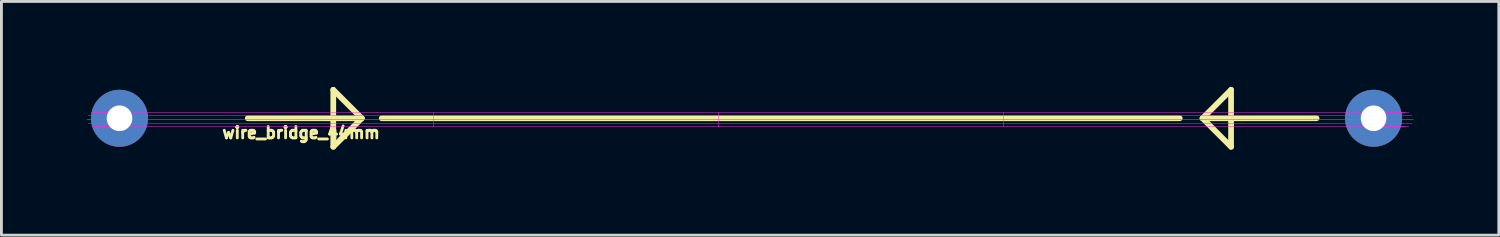
<source format=kicad_pcb>
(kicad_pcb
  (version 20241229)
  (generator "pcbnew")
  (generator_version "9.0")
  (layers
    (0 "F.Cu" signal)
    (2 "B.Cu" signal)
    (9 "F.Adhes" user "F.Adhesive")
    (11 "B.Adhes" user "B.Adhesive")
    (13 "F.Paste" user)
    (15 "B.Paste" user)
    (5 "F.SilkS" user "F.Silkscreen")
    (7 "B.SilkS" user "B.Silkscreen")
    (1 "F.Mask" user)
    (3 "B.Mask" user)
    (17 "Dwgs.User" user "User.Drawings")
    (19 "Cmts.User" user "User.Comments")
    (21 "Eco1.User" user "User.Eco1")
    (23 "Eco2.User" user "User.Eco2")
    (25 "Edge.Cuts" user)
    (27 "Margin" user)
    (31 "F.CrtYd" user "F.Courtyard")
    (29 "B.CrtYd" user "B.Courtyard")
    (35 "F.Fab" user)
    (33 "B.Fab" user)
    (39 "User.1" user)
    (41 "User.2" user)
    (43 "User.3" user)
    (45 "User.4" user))
  (footprint "wire_bridge_44mm"
    (layer "F.Cu")
    (at 1.143 1.1)
    (property "Reference" "wire_bridge_44mm" (at 6.37 0.508 0) (layer "F.SilkS") (effects (font (size 0.4 0.4) (thickness 0.1))))
    (attr through_hole)
    (fp_line (start 4.5 0) (end 8.5 0) (stroke (width 0.2) (type solid)) (layer "F.SilkS"))
    (fp_line (start 7.5 1) (end 8.5 0) (stroke (width 0.2) (type solid)) (layer "F.SilkS"))
    (fp_line (start 7.5 -1) (end 7.5 1) (stroke (width 0.2) (type solid)) (layer "F.SilkS"))
    (fp_line (start 8.5 0) (end 7.5 -1) (stroke (width 0.2) (type solid)) (layer "F.SilkS"))
    (fp_line (start 9.2 0) (end 37.2 0) (stroke (width 0.2) (type solid)) (layer "F.SilkS"))
    (fp_line (start 38 0.000001) (end 39 1) (stroke (width 0.2) (type solid)) (layer "F.SilkS"))
    (fp_line (start 39 -1) (end 38 0.000001) (stroke (width 0.2) (type solid)) (layer "F.SilkS"))
    (fp_line (start 39 1) (end 39 -1) (stroke (width 0.2) (type solid)) (layer "F.SilkS"))
    (fp_line (start 42 0) (end 38 0.000001) (stroke (width 0.2) (type solid)) (layer "F.SilkS"))
    (fp_line (start -1.138 0.038) (end -1.138 0.038) (stroke (width 0.01) (type solid)) (layer "F.CrtYd"))
    (fp_line (start -1.138 0.038) (end -0.031 0.038) (stroke (width 0.01) (type solid)) (layer "F.CrtYd"))
    (fp_line (start -1.096 -0.109) (end -1.095 -0.109) (stroke (width 0.01) (type solid)) (layer "F.CrtYd"))
    (fp_line (start -1.095 0.185) (end -1.095 0.185) (stroke (width 0.01) (type solid)) (layer "F.CrtYd"))
    (fp_line (start -1.095 -0.109) (end 0.017 -0.109) (stroke (width 0.01) (type solid)) (layer "F.CrtYd"))
    (fp_line (start -1.095 0.185) (end 0.018 0.185) (stroke (width 0.01) (type solid)) (layer "F.CrtYd"))
    (fp_line (start -0.986 -0.199) (end 0.143 -0.199) (stroke (width 0.01) (type solid)) (layer "F.CrtYd"))
    (fp_line (start -0.986 -0.199) (end -0.986 -0.199) (stroke (width 0.01) (type solid)) (layer "F.CrtYd"))
    (fp_line (start -0.984 0.276) (end 0.145 0.276) (stroke (width 0.01) (type solid)) (layer "F.CrtYd"))
    (fp_line (start -0.984 0.276) (end -0.984 0.276) (stroke (width 0.01) (type solid)) (layer "F.CrtYd"))
    (fp_line (start -0.849 -0.2) (end 0.3 -0.2) (stroke (width 0.01) (type solid)) (layer "F.CrtYd"))
    (fp_line (start -0.849 -0.2) (end -0.849 -0.2) (stroke (width 0.01) (type solid)) (layer "F.CrtYd"))
    (fp_line (start -0.847 0.276) (end 0.302 0.276) (stroke (width 0.01) (type solid)) (layer "F.CrtYd"))
    (fp_line (start -0.847 0.276) (end -0.847 0.276) (stroke (width 0.01) (type solid)) (layer "F.CrtYd"))
    (fp_line (start -0.738 -0.109) (end -0.737 -0.109) (stroke (width 0.01) (type solid)) (layer "F.CrtYd"))
    (fp_line (start -0.737 -0.109) (end 0.428 -0.109) (stroke (width 0.01) (type solid)) (layer "F.CrtYd"))
    (fp_line (start -0.737 0.185) (end -0.737 0.185) (stroke (width 0.01) (type solid)) (layer "F.CrtYd"))
    (fp_line (start -0.737 0.185) (end 0.428 0.185) (stroke (width 0.01) (type solid)) (layer "F.CrtYd"))
    (fp_line (start -0.695 0.038) (end -0.695 0.038) (stroke (width 0.01) (type solid)) (layer "F.CrtYd"))
    (fp_line (start -0.695 0.038) (end 0.476 0.038) (stroke (width 0.01) (type solid)) (layer "F.CrtYd"))
    (fp_line (start -0.233 0.038) (end -0.233 0.038) (stroke (width 0.01) (type solid)) (layer "F.CrtYd"))
    (fp_line (start -0.185 -0.109) (end -0.185 -0.109) (stroke (width 0.01) (type solid)) (layer "F.CrtYd"))
    (fp_line (start -0.185 0.185) (end -0.185 0.185) (stroke (width 0.01) (type solid)) (layer "F.CrtYd"))
    (fp_line (start -0.159 0.038) (end -0.159 0.028) (stroke (width 0.01) (type solid)) (layer "F.CrtYd"))
    (fp_line (start -0.159 0.048) (end -0.159 0.038) (stroke (width 0.01) (type solid)) (layer "F.CrtYd"))
    (fp_line (start -0.159 0.028) (end -0.159 0.018) (stroke (width 0.01) (type solid)) (layer "F.CrtYd"))
    (fp_line (start -0.159 0.058) (end -0.159 0.048) (stroke (width 0.01) (type solid)) (layer "F.CrtYd"))
    (fp_line (start -0.159 0.018) (end -0.158 0.009) (stroke (width 0.01) (type solid)) (layer "F.CrtYd"))
    (fp_line (start -0.158 0.067) (end -0.159 0.058) (stroke (width 0.01) (type solid)) (layer "F.CrtYd"))
    (fp_line (start -0.158 0.009) (end -0.157 -0.001) (stroke (width 0.01) (type solid)) (layer "F.CrtYd"))
    (fp_line (start -0.157 0.077) (end -0.158 0.067) (stroke (width 0.01) (type solid)) (layer "F.CrtYd"))
    (fp_line (start -0.157 -0.001) (end -0.156 -0.011) (stroke (width 0.01) (type solid)) (layer "F.CrtYd"))
    (fp_line (start -0.156 0.087) (end -0.157 0.077) (stroke (width 0.01) (type solid)) (layer "F.CrtYd"))
    (fp_line (start -0.156 -0.011) (end -0.154 -0.02) (stroke (width 0.01) (type solid)) (layer "F.CrtYd"))
    (fp_line (start -0.154 0.097) (end -0.156 0.087) (stroke (width 0.01) (type solid)) (layer "F.CrtYd"))
    (fp_line (start -0.154 -0.02) (end -0.153 -0.03) (stroke (width 0.01) (type solid)) (layer "F.CrtYd"))
    (fp_line (start -0.153 0.106) (end -0.154 0.097) (stroke (width 0.01) (type solid)) (layer "F.CrtYd"))
    (fp_line (start -0.153 -0.03) (end -0.151 -0.039) (stroke (width 0.01) (type solid)) (layer "F.CrtYd"))
    (fp_line (start -0.151 0.115) (end -0.153 0.106) (stroke (width 0.01) (type solid)) (layer "F.CrtYd"))
    (fp_line (start -0.151 -0.039) (end -0.148 -0.048) (stroke (width 0.01) (type solid)) (layer "F.CrtYd"))
    (fp_line (start -0.148 0.125) (end -0.151 0.115) (stroke (width 0.01) (type solid)) (layer "F.CrtYd"))
    (fp_line (start -0.148 -0.048) (end -0.146 -0.058) (stroke (width 0.01) (type solid)) (layer "F.CrtYd"))
    (fp_line (start -0.146 0.134) (end -0.148 0.125) (stroke (width 0.01) (type solid)) (layer "F.CrtYd"))
    (fp_line (start -0.146 -0.058) (end -0.143 -0.067) (stroke (width 0.01) (type solid)) (layer "F.CrtYd"))
    (fp_line (start -0.143 0.143) (end -0.146 0.134) (stroke (width 0.01) (type solid)) (layer "F.CrtYd"))
    (fp_line (start -0.143 -0.067) (end -0.14 -0.075) (stroke (width 0.01) (type solid)) (layer "F.CrtYd"))
    (fp_line (start -0.14 0.152) (end -0.143 0.143) (stroke (width 0.01) (type solid)) (layer "F.CrtYd"))
    (fp_line (start -0.14 -0.075) (end -0.137 -0.084) (stroke (width 0.01) (type solid)) (layer "F.CrtYd"))
    (fp_line (start -0.137 -0.084) (end -0.133 -0.093) (stroke (width 0.01) (type solid)) (layer "F.CrtYd"))
    (fp_line (start -0.137 0.16) (end -0.14 0.152) (stroke (width 0.01) (type solid)) (layer "F.CrtYd"))
    (fp_line (start -0.133 -0.093) (end -0.13 -0.101) (stroke (width 0.01) (type solid)) (layer "F.CrtYd"))
    (fp_line (start -0.133 0.169) (end -0.137 0.16) (stroke (width 0.01) (type solid)) (layer "F.CrtYd"))
    (fp_line (start -0.13 -0.101) (end -0.126 -0.109) (stroke (width 0.01) (type solid)) (layer "F.CrtYd"))
    (fp_line (start -0.129 0.177) (end -0.133 0.169) (stroke (width 0.01) (type solid)) (layer "F.CrtYd"))
    (fp_line (start -0.126 -0.109) (end -0.121 -0.117) (stroke (width 0.01) (type solid)) (layer "F.CrtYd"))
    (fp_line (start -0.125 0.185) (end -0.129 0.177) (stroke (width 0.01) (type solid)) (layer "F.CrtYd"))
    (fp_line (start -0.123 0.189) (end -0.125 0.185) (stroke (width 0.01) (type solid)) (layer "F.CrtYd"))
    (fp_line (start -0.121 -0.117) (end -0.119 -0.12) (stroke (width 0.01) (type solid)) (layer "F.CrtYd"))
    (fp_line (start -0.121 0.193) (end -0.123 0.189) (stroke (width 0.01) (type solid)) (layer "F.CrtYd"))
    (fp_line (start -0.119 -0.12) (end -0.117 -0.124) (stroke (width 0.01) (type solid)) (layer "F.CrtYd"))
    (fp_line (start -0.119 0.197) (end -0.121 0.193) (stroke (width 0.01) (type solid)) (layer "F.CrtYd"))
    (fp_line (start -0.117 -0.124) (end -0.115 -0.128) (stroke (width 0.01) (type solid)) (layer "F.CrtYd"))
    (fp_line (start -0.117 0.201) (end -0.119 0.197) (stroke (width 0.01) (type solid)) (layer "F.CrtYd"))
    (fp_line (start -0.115 -0.128) (end -0.112 -0.131) (stroke (width 0.01) (type solid)) (layer "F.CrtYd"))
    (fp_line (start -0.114 0.204) (end -0.117 0.201) (stroke (width 0.01) (type solid)) (layer "F.CrtYd"))
    (fp_line (start -0.112 -0.131) (end -0.11 -0.135) (stroke (width 0.01) (type solid)) (layer "F.CrtYd"))
    (fp_line (start -0.112 0.208) (end -0.114 0.204) (stroke (width 0.01) (type solid)) (layer "F.CrtYd"))
    (fp_line (start -0.11 -0.135) (end -0.108 -0.138) (stroke (width 0.01) (type solid)) (layer "F.CrtYd"))
    (fp_line (start -0.11 0.212) (end -0.112 0.208) (stroke (width 0.01) (type solid)) (layer "F.CrtYd"))
    (fp_line (start -0.108 -0.138) (end -0.105 -0.142) (stroke (width 0.01) (type solid)) (layer "F.CrtYd"))
    (fp_line (start -0.107 0.215) (end -0.11 0.212) (stroke (width 0.01) (type solid)) (layer "F.CrtYd"))
    (fp_line (start -0.105 -0.142) (end -0.103 -0.145) (stroke (width 0.01) (type solid)) (layer "F.CrtYd"))
    (fp_line (start -0.105 0.219) (end -0.107 0.215) (stroke (width 0.01) (type solid)) (layer "F.CrtYd"))
    (fp_line (start -0.103 -0.145) (end -0.1 -0.148) (stroke (width 0.01) (type solid)) (layer "F.CrtYd"))
    (fp_line (start -0.102 0.222) (end -0.105 0.219) (stroke (width 0.01) (type solid)) (layer "F.CrtYd"))
    (fp_line (start -0.1 -0.148) (end -0.098 -0.152) (stroke (width 0.01) (type solid)) (layer "F.CrtYd"))
    (fp_line (start -0.1 0.225) (end -0.102 0.222) (stroke (width 0.01) (type solid)) (layer "F.CrtYd"))
    (fp_line (start -0.098 -0.152) (end -0.095 -0.155) (stroke (width 0.01) (type solid)) (layer "F.CrtYd"))
    (fp_line (start -0.097 0.228) (end -0.1 0.225) (stroke (width 0.01) (type solid)) (layer "F.CrtYd"))
    (fp_line (start -0.095 -0.155) (end -0.092 -0.158) (stroke (width 0.01) (type solid)) (layer "F.CrtYd"))
    (fp_line (start -0.094 0.232) (end -0.097 0.228) (stroke (width 0.01) (type solid)) (layer "F.CrtYd"))
    (fp_line (start -0.092 -0.158) (end -0.09 -0.161) (stroke (width 0.01) (type solid)) (layer "F.CrtYd"))
    (fp_line (start -0.092 0.235) (end -0.094 0.232) (stroke (width 0.01) (type solid)) (layer "F.CrtYd"))
    (fp_line (start -0.09 -0.161) (end -0.087 -0.164) (stroke (width 0.01) (type solid)) (layer "F.CrtYd"))
    (fp_line (start -0.089 0.238) (end -0.092 0.235) (stroke (width 0.01) (type solid)) (layer "F.CrtYd"))
    (fp_line (start -0.087 -0.164) (end -0.084 -0.167) (stroke (width 0.01) (type solid)) (layer "F.CrtYd"))
    (fp_line (start -0.086 0.241) (end -0.089 0.238) (stroke (width 0.01) (type solid)) (layer "F.CrtYd"))
    (fp_line (start -0.084 -0.167) (end -0.081 -0.169) (stroke (width 0.01) (type solid)) (layer "F.CrtYd"))
    (fp_line (start -0.083 0.244) (end -0.086 0.241) (stroke (width 0.01) (type solid)) (layer "F.CrtYd"))
    (fp_line (start -0.081 -0.169) (end -0.078 -0.172) (stroke (width 0.01) (type solid)) (layer "F.CrtYd"))
    (fp_line (start -0.08 0.246) (end -0.083 0.244) (stroke (width 0.01) (type solid)) (layer "F.CrtYd"))
    (fp_line (start -0.078 -0.172) (end -0.075 -0.175) (stroke (width 0.01) (type solid)) (layer "F.CrtYd"))
    (fp_line (start -0.077 0.249) (end -0.08 0.246) (stroke (width 0.01) (type solid)) (layer "F.CrtYd"))
    (fp_line (start -0.075 -0.175) (end -0.072 -0.177) (stroke (width 0.01) (type solid)) (layer "F.CrtYd"))
    (fp_line (start -0.074 0.252) (end -0.077 0.249) (stroke (width 0.01) (type solid)) (layer "F.CrtYd"))
    (fp_line (start -0.072 -0.177) (end -0.069 -0.18) (stroke (width 0.01) (type solid)) (layer "F.CrtYd"))
    (fp_line (start -0.071 0.254) (end -0.074 0.252) (stroke (width 0.01) (type solid)) (layer "F.CrtYd"))
    (fp_line (start -0.069 -0.18) (end -0.066 -0.182) (stroke (width 0.01) (type solid)) (layer "F.CrtYd"))
    (fp_line (start -0.068 0.257) (end -0.071 0.254) (stroke (width 0.01) (type solid)) (layer "F.CrtYd"))
    (fp_line (start -0.066 -0.182) (end -0.063 -0.184) (stroke (width 0.01) (type solid)) (layer "F.CrtYd"))
    (fp_line (start -0.065 0.259) (end -0.068 0.257) (stroke (width 0.01) (type solid)) (layer "F.CrtYd"))
    (fp_line (start -0.063 -0.184) (end -0.06 -0.186) (stroke (width 0.01) (type solid)) (layer "F.CrtYd"))
    (fp_line (start -0.062 0.261) (end -0.065 0.259) (stroke (width 0.01) (type solid)) (layer "F.CrtYd"))
    (fp_line (start -0.061 -0.199) (end -0.061 -0.199) (stroke (width 0.01) (type solid)) (layer "F.CrtYd"))
    (fp_line (start -0.06 -0.186) (end -0.057 -0.189) (stroke (width 0.01) (type solid)) (layer "F.CrtYd"))
    (fp_line (start -0.059 0.263) (end -0.062 0.261) (stroke (width 0.01) (type solid)) (layer "F.CrtYd"))
    (fp_line (start -0.059 0.276) (end -0.059 0.276) (stroke (width 0.01) (type solid)) (layer "F.CrtYd"))
    (fp_line (start -0.057 -0.189) (end -0.054 -0.191) (stroke (width 0.01) (type solid)) (layer "F.CrtYd"))
    (fp_line (start -0.056 0.266) (end -0.059 0.263) (stroke (width 0.01) (type solid)) (layer "F.CrtYd"))
    (fp_line (start -0.054 -0.191) (end -0.051 -0.192) (stroke (width 0.01) (type solid)) (layer "F.CrtYd"))
    (fp_line (start -0.053 0.268) (end -0.056 0.266) (stroke (width 0.01) (type solid)) (layer "F.CrtYd"))
    (fp_line (start -0.051 -0.192) (end -0.048 -0.194) (stroke (width 0.01) (type solid)) (layer "F.CrtYd"))
    (fp_line (start -0.049 0.269) (end -0.053 0.268) (stroke (width 0.01) (type solid)) (layer "F.CrtYd"))
    (fp_line (start -0.048 -0.194) (end -0.044 -0.196) (stroke (width 0.01) (type solid)) (layer "F.CrtYd"))
    (fp_line (start -0.046 0.271) (end -0.049 0.269) (stroke (width 0.01) (type solid)) (layer "F.CrtYd"))
    (fp_line (start -0.044 -0.196) (end -0.041 -0.198) (stroke (width 0.01) (type solid)) (layer "F.CrtYd"))
    (fp_line (start -0.043 0.273) (end -0.046 0.271) (stroke (width 0.01) (type solid)) (layer "F.CrtYd"))
    (fp_line (start -0.041 -0.198) (end -0.038 -0.199) (stroke (width 0.01) (type solid)) (layer "F.CrtYd"))
    (fp_line (start -0.04 0.275) (end -0.043 0.273) (stroke (width 0.01) (type solid)) (layer "F.CrtYd"))
    (fp_line (start -0.038 -0.199) (end -0.035 -0.201) (stroke (width 0.01) (type solid)) (layer "F.CrtYd"))
    (fp_line (start -0.036 0.276) (end -0.04 0.275) (stroke (width 0.01) (type solid)) (layer "F.CrtYd"))
    (fp_line (start -0.035 -0.201) (end -0.031 -0.202) (stroke (width 0.01) (type solid)) (layer "F.CrtYd"))
    (fp_line (start -0.033 0.278) (end -0.036 0.276) (stroke (width 0.01) (type solid)) (layer "F.CrtYd"))
    (fp_line (start -0.031 -0.202) (end -0.028 -0.203) (stroke (width 0.01) (type solid)) (layer "F.CrtYd"))
    (fp_line (start -0.031 0.038) (end -0.233 0.038) (stroke (width 0.01) (type solid)) (layer "F.CrtYd"))
    (fp_line (start -0.031 0.038) (end -0.031 0.038) (stroke (width 0.01) (type solid)) (layer "F.CrtYd"))
    (fp_line (start -0.03 0.279) (end -0.033 0.278) (stroke (width 0.01) (type solid)) (layer "F.CrtYd"))
    (fp_line (start -0.028 -0.203) (end -0.025 -0.205) (stroke (width 0.01) (type solid)) (layer "F.CrtYd"))
    (fp_line (start -0.026 0.28) (end -0.03 0.279) (stroke (width 0.01) (type solid)) (layer "F.CrtYd"))
    (fp_line (start -0.025 -0.205) (end -0.021 -0.206) (stroke (width 0.01) (type solid)) (layer "F.CrtYd"))
    (fp_line (start -0.023 0.281) (end -0.026 0.28) (stroke (width 0.01) (type solid)) (layer "F.CrtYd"))
    (fp_line (start -0.021 -0.206) (end -0.018 -0.207) (stroke (width 0.01) (type solid)) (layer "F.CrtYd"))
    (fp_line (start -0.02 0.283) (end -0.023 0.281) (stroke (width 0.01) (type solid)) (layer "F.CrtYd"))
    (fp_line (start -0.018 -0.207) (end -0.014 -0.208) (stroke (width 0.01) (type solid)) (layer "F.CrtYd"))
    (fp_line (start -0.016 0.283) (end -0.02 0.283) (stroke (width 0.01) (type solid)) (layer "F.CrtYd"))
    (fp_line (start -0.014 -0.208) (end -0.011 -0.209) (stroke (width 0.01) (type solid)) (layer "F.CrtYd"))
    (fp_line (start -0.013 0.284) (end -0.016 0.283) (stroke (width 0.01) (type solid)) (layer "F.CrtYd"))
    (fp_line (start -0.011 -0.209) (end -0.008 -0.209) (stroke (width 0.01) (type solid)) (layer "F.CrtYd"))
    (fp_line (start -0.009 0.285) (end -0.013 0.284) (stroke (width 0.01) (type solid)) (layer "F.CrtYd"))
    (fp_line (start -0.008 -0.209) (end -0.004 -0.21) (stroke (width 0.01) (type solid)) (layer "F.CrtYd"))
    (fp_line (start -0.006 0.286) (end -0.009 0.285) (stroke (width 0.01) (type solid)) (layer "F.CrtYd"))
    (fp_line (start -0.004 -0.21) (end -0.001 -0.21) (stroke (width 0.01) (type solid)) (layer "F.CrtYd"))
    (fp_line (start -0.002 0.286) (end -0.006 0.286) (stroke (width 0.01) (type solid)) (layer "F.CrtYd"))
    (fp_line (start -0.001 -0.21) (end 0.003 -0.211) (stroke (width 0.01) (type solid)) (layer "F.CrtYd"))
    (fp_line (start 0.001 0.287) (end -0.002 0.286) (stroke (width 0.01) (type solid)) (layer "F.CrtYd"))
    (fp_line (start 0.003 -0.211) (end 0.006 -0.211) (stroke (width 0.01) (type solid)) (layer "F.CrtYd"))
    (fp_line (start 0.004 0.287) (end 0.001 0.287) (stroke (width 0.01) (type solid)) (layer "F.CrtYd"))
    (fp_line (start 0.006 -0.211) (end 0.01 -0.212) (stroke (width 0.01) (type solid)) (layer "F.CrtYd"))
    (fp_line (start 0.008 0.288) (end 0.004 0.287) (stroke (width 0.01) (type solid)) (layer "F.CrtYd"))
    (fp_line (start 0.01 -0.212) (end 0.013 -0.212) (stroke (width 0.01) (type solid)) (layer "F.CrtYd"))
    (fp_line (start 0.011 0.288) (end 0.008 0.288) (stroke (width 0.01) (type solid)) (layer "F.CrtYd"))
    (fp_line (start 0.013 -0.212) (end 0.017 -0.212) (stroke (width 0.01) (type solid)) (layer "F.CrtYd"))
    (fp_line (start 0.015 0.288) (end 0.011 0.288) (stroke (width 0.01) (type solid)) (layer "F.CrtYd"))
    (fp_line (start 0.017 -0.212) (end 0.02 -0.212) (stroke (width 0.01) (type solid)) (layer "F.CrtYd"))
    (fp_line (start 0.017 -0.109) (end 0.017 -0.109) (stroke (width 0.01) (type solid)) (layer "F.CrtYd"))
    (fp_line (start 0.017 -0.109) (end -0.185 -0.109) (stroke (width 0.01) (type solid)) (layer "F.CrtYd"))
    (fp_line (start 0.018 0.185) (end 0.018 0.185) (stroke (width 0.01) (type solid)) (layer "F.CrtYd"))
    (fp_line (start 0.018 0.185) (end -0.185 0.185) (stroke (width 0.01) (type solid)) (layer "F.CrtYd"))
    (fp_line (start 0.018 0.288) (end 0.015 0.288) (stroke (width 0.01) (type solid)) (layer "F.CrtYd"))
    (fp_line (start 0.02 -0.212) (end 0.024 -0.212) (stroke (width 0.01) (type solid)) (layer "F.CrtYd"))
    (fp_line (start 0.022 0.288) (end 0.018 0.288) (stroke (width 0.01) (type solid)) (layer "F.CrtYd"))
    (fp_line (start 0.024 -0.212) (end 0.027 -0.211) (stroke (width 0.01) (type solid)) (layer "F.CrtYd"))
    (fp_line (start 0.025 0.288) (end 0.022 0.288) (stroke (width 0.01) (type solid)) (layer "F.CrtYd"))
    (fp_line (start 0.027 -0.211) (end 0.03 -0.211) (stroke (width 0.01) (type solid)) (layer "F.CrtYd"))
    (fp_line (start 0.029 0.287) (end 0.025 0.288) (stroke (width 0.01) (type solid)) (layer "F.CrtYd"))
    (fp_line (start 0.03 -0.211) (end 0.034 -0.211) (stroke (width 0.01) (type solid)) (layer "F.CrtYd"))
    (fp_line (start 0.032 0.287) (end 0.029 0.287) (stroke (width 0.01) (type solid)) (layer "F.CrtYd"))
    (fp_line (start 0.034 -0.211) (end 0.037 -0.21) (stroke (width 0.01) (type solid)) (layer "F.CrtYd"))
    (fp_line (start 0.036 0.287) (end 0.032 0.287) (stroke (width 0.01) (type solid)) (layer "F.CrtYd"))
    (fp_line (start 0.037 -0.21) (end 0.041 -0.21) (stroke (width 0.01) (type solid)) (layer "F.CrtYd"))
    (fp_line (start 0.039 0.286) (end 0.036 0.287) (stroke (width 0.01) (type solid)) (layer "F.CrtYd"))
    (fp_line (start 0.041 -0.21) (end 0.044 -0.209) (stroke (width 0.01) (type solid)) (layer "F.CrtYd"))
    (fp_line (start 0.043 0.285) (end 0.039 0.286) (stroke (width 0.01) (type solid)) (layer "F.CrtYd"))
    (fp_line (start 0.044 -0.209) (end 0.048 -0.208) (stroke (width 0.01) (type solid)) (layer "F.CrtYd"))
    (fp_line (start 0.046 0.285) (end 0.043 0.285) (stroke (width 0.01) (type solid)) (layer "F.CrtYd"))
    (fp_line (start 0.048 -0.208) (end 0.051 -0.207) (stroke (width 0.01) (type solid)) (layer "F.CrtYd"))
    (fp_line (start 0.049 0.284) (end 0.046 0.285) (stroke (width 0.01) (type solid)) (layer "F.CrtYd"))
    (fp_line (start 0.051 -0.207) (end 0.055 -0.206) (stroke (width 0.01) (type solid)) (layer "F.CrtYd"))
    (fp_line (start 0.053 0.283) (end 0.049 0.284) (stroke (width 0.01) (type solid)) (layer "F.CrtYd"))
    (fp_line (start 0.055 -0.206) (end 0.058 -0.205) (stroke (width 0.01) (type solid)) (layer "F.CrtYd"))
    (fp_line (start 0.056 0.282) (end 0.053 0.283) (stroke (width 0.01) (type solid)) (layer "F.CrtYd"))
    (fp_line (start 0.058 -0.205) (end 0.061 -0.204) (stroke (width 0.01) (type solid)) (layer "F.CrtYd"))
    (fp_line (start 0.06 0.281) (end 0.056 0.282) (stroke (width 0.01) (type solid)) (layer "F.CrtYd"))
    (fp_line (start 0.061 -0.204) (end 0.065 -0.203) (stroke (width 0.01) (type solid)) (layer "F.CrtYd"))
    (fp_line (start 0.063 0.28) (end 0.06 0.281) (stroke (width 0.01) (type solid)) (layer "F.CrtYd"))
    (fp_line (start 0.065 -0.203) (end 0.068 -0.201) (stroke (width 0.01) (type solid)) (layer "F.CrtYd"))
    (fp_line (start 0.066 0.278) (end 0.063 0.28) (stroke (width 0.01) (type solid)) (layer "F.CrtYd"))
    (fp_line (start 0.068 -0.201) (end 0.071 -0.2) (stroke (width 0.01) (type solid)) (layer "F.CrtYd"))
    (fp_line (start 0.07 0.277) (end 0.066 0.278) (stroke (width 0.01) (type solid)) (layer "F.CrtYd"))
    (fp_line (start 0.071 -0.2) (end 0.075 -0.198) (stroke (width 0.01) (type solid)) (layer "F.CrtYd"))
    (fp_line (start 0.073 0.276) (end 0.07 0.277) (stroke (width 0.01) (type solid)) (layer "F.CrtYd"))
    (fp_line (start 0.075 -0.198) (end 0.078 -0.197) (stroke (width 0.01) (type solid)) (layer "F.CrtYd"))
    (fp_line (start 0.076 0.274) (end 0.073 0.276) (stroke (width 0.01) (type solid)) (layer "F.CrtYd"))
    (fp_line (start 0.078 -0.197) (end 0.081 -0.195) (stroke (width 0.01) (type solid)) (layer "F.CrtYd"))
    (fp_line (start 0.079 0.272) (end 0.076 0.274) (stroke (width 0.01) (type solid)) (layer "F.CrtYd"))
    (fp_line (start 0.081 -0.195) (end 0.084 -0.193) (stroke (width 0.01) (type solid)) (layer "F.CrtYd"))
    (fp_line (start 0.083 0.271) (end 0.079 0.272) (stroke (width 0.01) (type solid)) (layer "F.CrtYd"))
    (fp_line (start 0.084 -0.193) (end 0.088 -0.191) (stroke (width 0.01) (type solid)) (layer "F.CrtYd"))
    (fp_line (start 0.086 0.269) (end 0.083 0.271) (stroke (width 0.01) (type solid)) (layer "F.CrtYd"))
    (fp_line (start 0.088 -0.191) (end 0.091 -0.189) (stroke (width 0.01) (type solid)) (layer "F.CrtYd"))
    (fp_line (start 0.089 0.267) (end 0.086 0.269) (stroke (width 0.01) (type solid)) (layer "F.CrtYd"))
    (fp_line (start 0.091 -0.189) (end 0.094 -0.187) (stroke (width 0.01) (type solid)) (layer "F.CrtYd"))
    (fp_line (start 0.092 0.265) (end 0.089 0.267) (stroke (width 0.01) (type solid)) (layer "F.CrtYd"))
    (fp_line (start 0.094 -0.187) (end 0.097 -0.185) (stroke (width 0.01) (type solid)) (layer "F.CrtYd"))
    (fp_line (start 0.095 0.263) (end 0.092 0.265) (stroke (width 0.01) (type solid)) (layer "F.CrtYd"))
    (fp_line (start 0.097 -0.185) (end 0.1 -0.183) (stroke (width 0.01) (type solid)) (layer "F.CrtYd"))
    (fp_line (start 0.098 0.26) (end 0.095 0.263) (stroke (width 0.01) (type solid)) (layer "F.CrtYd"))
    (fp_line (start 0.1 -0.183) (end 0.103 -0.18) (stroke (width 0.01) (type solid)) (layer "F.CrtYd"))
    (fp_line (start 0.101 0.258) (end 0.098 0.26) (stroke (width 0.01) (type solid)) (layer "F.CrtYd"))
    (fp_line (start 0.103 -0.18) (end 0.106 -0.178) (stroke (width 0.01) (type solid)) (layer "F.CrtYd"))
    (fp_line (start 0.104 0.256) (end 0.101 0.258) (stroke (width 0.01) (type solid)) (layer "F.CrtYd"))
    (fp_line (start 0.106 -0.178) (end 0.109 -0.175) (stroke (width 0.01) (type solid)) (layer "F.CrtYd"))
    (fp_line (start 0.107 0.253) (end 0.104 0.256) (stroke (width 0.01) (type solid)) (layer "F.CrtYd"))
    (fp_line (start 0.109 -0.175) (end 0.112 -0.173) (stroke (width 0.01) (type solid)) (layer "F.CrtYd"))
    (fp_line (start 0.11 0.251) (end 0.107 0.253) (stroke (width 0.01) (type solid)) (layer "F.CrtYd"))
    (fp_line (start 0.112 -0.173) (end 0.115 -0.17) (stroke (width 0.01) (type solid)) (layer "F.CrtYd"))
    (fp_line (start 0.113 0.248) (end 0.11 0.251) (stroke (width 0.01) (type solid)) (layer "F.CrtYd"))
    (fp_line (start 0.115 -0.17) (end 0.118 -0.167) (stroke (width 0.01) (type solid)) (layer "F.CrtYd"))
    (fp_line (start 0.116 0.246) (end 0.113 0.248) (stroke (width 0.01) (type solid)) (layer "F.CrtYd"))
    (fp_line (start 0.118 -0.167) (end 0.121 -0.164) (stroke (width 0.01) (type solid)) (layer "F.CrtYd"))
    (fp_line (start 0.119 0.243) (end 0.116 0.246) (stroke (width 0.01) (type solid)) (layer "F.CrtYd"))
    (fp_line (start 0.121 -0.164) (end 0.124 -0.162) (stroke (width 0.01) (type solid)) (layer "F.CrtYd"))
    (fp_line (start 0.122 0.24) (end 0.119 0.243) (stroke (width 0.01) (type solid)) (layer "F.CrtYd"))
    (fp_line (start 0.124 -0.162) (end 0.126 -0.159) (stroke (width 0.01) (type solid)) (layer "F.CrtYd"))
    (fp_line (start 0.124 0.237) (end 0.122 0.24) (stroke (width 0.01) (type solid)) (layer "F.CrtYd"))
    (fp_line (start 0.126 -0.159) (end 0.129 -0.155) (stroke (width 0.01) (type solid)) (layer "F.CrtYd"))
    (fp_line (start 0.127 0.234) (end 0.124 0.237) (stroke (width 0.01) (type solid)) (layer "F.CrtYd"))
    (fp_line (start 0.129 -0.155) (end 0.132 -0.152) (stroke (width 0.01) (type solid)) (layer "F.CrtYd"))
    (fp_line (start 0.13 0.231) (end 0.127 0.234) (stroke (width 0.01) (type solid)) (layer "F.CrtYd"))
    (fp_line (start 0.132 -0.152) (end 0.135 -0.149) (stroke (width 0.01) (type solid)) (layer "F.CrtYd"))
    (fp_line (start 0.133 0.228) (end 0.13 0.231) (stroke (width 0.01) (type solid)) (layer "F.CrtYd"))
    (fp_line (start 0.135 -0.149) (end 0.137 -0.146) (stroke (width 0.01) (type solid)) (layer "F.CrtYd"))
    (fp_line (start 0.135 0.225) (end 0.133 0.228) (stroke (width 0.01) (type solid)) (layer "F.CrtYd"))
    (fp_line (start 0.137 -0.146) (end 0.14 -0.142) (stroke (width 0.01) (type solid)) (layer "F.CrtYd"))
    (fp_line (start 0.138 0.221) (end 0.135 0.225) (stroke (width 0.01) (type solid)) (layer "F.CrtYd"))
    (fp_line (start 0.14 -0.142) (end 0.142 -0.139) (stroke (width 0.01) (type solid)) (layer "F.CrtYd"))
    (fp_line (start 0.14 0.218) (end 0.138 0.221) (stroke (width 0.01) (type solid)) (layer "F.CrtYd"))
    (fp_line (start 0.142 -0.139) (end 0.145 -0.135) (stroke (width 0.01) (type solid)) (layer "F.CrtYd"))
    (fp_line (start 0.143 0.215) (end 0.14 0.218) (stroke (width 0.01) (type solid)) (layer "F.CrtYd"))
    (fp_line (start 0.143 -0.199) (end 0.143 -0.199) (stroke (width 0.01) (type solid)) (layer "F.CrtYd"))
    (fp_line (start 0.143 -0.199) (end -0.061 -0.199) (stroke (width 0.01) (type solid)) (layer "F.CrtYd"))
    (fp_line (start 0.145 -0.135) (end 0.147 -0.132) (stroke (width 0.01) (type solid)) (layer "F.CrtYd"))
    (fp_line (start 0.145 0.211) (end 0.143 0.215) (stroke (width 0.01) (type solid)) (layer "F.CrtYd"))
    (fp_line (start 0.145 0.276) (end 0.145 0.276) (stroke (width 0.01) (type solid)) (layer "F.CrtYd"))
    (fp_line (start 0.145 0.276) (end -0.059 0.276) (stroke (width 0.01) (type solid)) (layer "F.CrtYd"))
    (fp_line (start 0.147 -0.132) (end 0.149 -0.128) (stroke (width 0.01) (type solid)) (layer "F.CrtYd"))
    (fp_line (start 0.147 0.208) (end 0.145 0.211) (stroke (width 0.01) (type solid)) (layer "F.CrtYd"))
    (fp_line (start 0.149 -0.128) (end 0.152 -0.125) (stroke (width 0.01) (type solid)) (layer "F.CrtYd"))
    (fp_line (start 0.15 0.204) (end 0.147 0.208) (stroke (width 0.01) (type solid)) (layer "F.CrtYd"))
    (fp_line (start 0.152 -0.125) (end 0.154 -0.121) (stroke (width 0.01) (type solid)) (layer "F.CrtYd"))
    (fp_line (start 0.152 0.2) (end 0.15 0.204) (stroke (width 0.01) (type solid)) (layer "F.CrtYd"))
    (fp_line (start 0.154 -0.121) (end 0.156 -0.117) (stroke (width 0.01) (type solid)) (layer "F.CrtYd"))
    (fp_line (start 0.154 0.197) (end 0.152 0.2) (stroke (width 0.01) (type solid)) (layer "F.CrtYd"))
    (fp_line (start 0.156 -0.117) (end 0.158 -0.113) (stroke (width 0.01) (type solid)) (layer "F.CrtYd"))
    (fp_line (start 0.156 0.193) (end 0.154 0.197) (stroke (width 0.01) (type solid)) (layer "F.CrtYd"))
    (fp_line (start 0.158 -0.113) (end 0.16 -0.109) (stroke (width 0.01) (type solid)) (layer "F.CrtYd"))
    (fp_line (start 0.16 -0.109) (end 0.164 -0.101) (stroke (width 0.01) (type solid)) (layer "F.CrtYd"))
    (fp_line (start 0.161 0.185) (end 0.156 0.193) (stroke (width 0.01) (type solid)) (layer "F.CrtYd"))
    (fp_line (start 0.164 -0.101) (end 0.168 -0.093) (stroke (width 0.01) (type solid)) (layer "F.CrtYd"))
    (fp_line (start 0.164 0.177) (end 0.161 0.185) (stroke (width 0.01) (type solid)) (layer "F.CrtYd"))
    (fp_line (start 0.168 -0.093) (end 0.172 -0.084) (stroke (width 0.01) (type solid)) (layer "F.CrtYd"))
    (fp_line (start 0.168 0.169) (end 0.164 0.177) (stroke (width 0.01) (type solid)) (layer "F.CrtYd"))
    (fp_line (start 0.172 -0.084) (end 0.175 -0.076) (stroke (width 0.01) (type solid)) (layer "F.CrtYd"))
    (fp_line (start 0.172 0.16) (end 0.168 0.169) (stroke (width 0.01) (type solid)) (layer "F.CrtYd"))
    (fp_line (start 0.175 0.152) (end 0.172 0.16) (stroke (width 0.01) (type solid)) (layer "F.CrtYd"))
    (fp_line (start 0.175 -0.076) (end 0.178 -0.067) (stroke (width 0.01) (type solid)) (layer "F.CrtYd"))
    (fp_line (start 0.178 0.143) (end 0.175 0.152) (stroke (width 0.01) (type solid)) (layer "F.CrtYd"))
    (fp_line (start 0.178 -0.067) (end 0.181 -0.058) (stroke (width 0.01) (type solid)) (layer "F.CrtYd"))
    (fp_line (start 0.181 0.134) (end 0.178 0.143) (stroke (width 0.01) (type solid)) (layer "F.CrtYd"))
    (fp_line (start 0.181 -0.058) (end 0.183 -0.049) (stroke (width 0.01) (type solid)) (layer "F.CrtYd"))
    (fp_line (start 0.183 0.125) (end 0.181 0.134) (stroke (width 0.01) (type solid)) (layer "F.CrtYd"))
    (fp_line (start 0.183 -0.049) (end 0.186 -0.039) (stroke (width 0.01) (type solid)) (layer "F.CrtYd"))
    (fp_line (start 0.185 0.115) (end 0.183 0.125) (stroke (width 0.01) (type solid)) (layer "F.CrtYd"))
    (fp_line (start 0.186 -0.039) (end 0.188 -0.03) (stroke (width 0.01) (type solid)) (layer "F.CrtYd"))
    (fp_line (start 0.187 0.106) (end 0.185 0.115) (stroke (width 0.01) (type solid)) (layer "F.CrtYd"))
    (fp_line (start 0.188 -0.03) (end 0.189 -0.02) (stroke (width 0.01) (type solid)) (layer "F.CrtYd"))
    (fp_line (start 0.189 0.096) (end 0.187 0.106) (stroke (width 0.01) (type solid)) (layer "F.CrtYd"))
    (fp_line (start 0.189 -0.02) (end 0.191 -0.011) (stroke (width 0.01) (type solid)) (layer "F.CrtYd"))
    (fp_line (start 0.191 0.087) (end 0.189 0.096) (stroke (width 0.01) (type solid)) (layer "F.CrtYd"))
    (fp_line (start 0.191 -0.011) (end 0.192 -0.001) (stroke (width 0.01) (type solid)) (layer "F.CrtYd"))
    (fp_line (start 0.192 0.077) (end 0.191 0.087) (stroke (width 0.01) (type solid)) (layer "F.CrtYd"))
    (fp_line (start 0.192 -0.001) (end 0.193 0.009) (stroke (width 0.01) (type solid)) (layer "F.CrtYd"))
    (fp_line (start 0.193 0.067) (end 0.192 0.077) (stroke (width 0.01) (type solid)) (layer "F.CrtYd"))
    (fp_line (start 0.193 0.009) (end 0.194 0.018) (stroke (width 0.01) (type solid)) (layer "F.CrtYd"))
    (fp_line (start 0.194 0.058) (end 0.193 0.067) (stroke (width 0.01) (type solid)) (layer "F.CrtYd"))
    (fp_line (start 0.194 0.018) (end 0.194 0.028) (stroke (width 0.01) (type solid)) (layer "F.CrtYd"))
    (fp_line (start 0.194 0.048) (end 0.194 0.058) (stroke (width 0.01) (type solid)) (layer "F.CrtYd"))
    (fp_line (start 0.194 0.028) (end 0.194 0.038) (stroke (width 0.01) (type solid)) (layer "F.CrtYd"))
    (fp_line (start 0.194 0.038) (end 0.194 0.048) (stroke (width 0.01) (type solid)) (layer "F.CrtYd"))
    (fp_line (start 0.3 -0.2) (end 0.3 -0.2) (stroke (width 0.01) (type solid)) (layer "F.CrtYd"))
    (fp_line (start 0.3 -0.2) (end 0.094 -0.2) (stroke (width 0.01) (type solid)) (layer "F.CrtYd"))
    (fp_line (start 0.302 0.276) (end 0.302 0.276) (stroke (width 0.01) (type solid)) (layer "F.CrtYd"))
    (fp_line (start 0.302 0.276) (end 0.096 0.276) (stroke (width 0.01) (type solid)) (layer "F.CrtYd"))
    (fp_line (start 0.428 -0.109) (end 0.428 -0.109) (stroke (width 0.01) (type solid)) (layer "F.CrtYd"))
    (fp_line (start 0.428 -0.109) (end 0.22 -0.109) (stroke (width 0.01) (type solid)) (layer "F.CrtYd"))
    (fp_line (start 0.428 0.185) (end 0.428 0.185) (stroke (width 0.01) (type solid)) (layer "F.CrtYd"))
    (fp_line (start 0.428 0.185) (end 0.22 0.185) (stroke (width 0.01) (type solid)) (layer "F.CrtYd"))
    (fp_line (start 0.476 0.038) (end 0.476 0.038) (stroke (width 0.01) (type solid)) (layer "F.CrtYd"))
    (fp_line (start 0.476 0.038) (end 0.267 0.038) (stroke (width 0.01) (type solid)) (layer "F.CrtYd"))
    (fp_line (start 11.017 -0.212) (end 11.017 -0.212) (stroke (width 0.01) (type solid)) (layer "F.CrtYd"))
    (fp_line (start 11.017 -0.212) (end 11.017 0.288) (stroke (width 0.01) (type solid)) (layer "F.CrtYd"))
    (fp_line (start 11.017 0.038) (end 11.017 -0.212) (stroke (width 0.01) (type solid)) (layer "F.CrtYd"))
    (fp_line (start 11.017 0.288) (end 11.017 0.038) (stroke (width 0.01) (type solid)) (layer "F.CrtYd"))
    (fp_line (start 11.017 0.288) (end 11.017 0.288) (stroke (width 0.01) (type solid)) (layer "F.CrtYd"))
    (fp_line (start 21.017 -0.212) (end 21.017 -0.212) (stroke (width 0.01) (type solid)) (layer "F.CrtYd"))
    (fp_line (start 21.017 -0.212) (end 21.017 0.288) (stroke (width 0.01) (type solid)) (layer "F.CrtYd"))
    (fp_line (start 21.017 0.038) (end 21.017 -0.212) (stroke (width 0.01) (type solid)) (layer "F.CrtYd"))
    (fp_line (start 21.017 0.288) (end 21.017 0.038) (stroke (width 0.01) (type solid)) (layer "F.CrtYd"))
    (fp_line (start 21.017 0.288) (end 21.017 0.288) (stroke (width 0.01) (type solid)) (layer "F.CrtYd"))
    (fp_line (start 31.017 -0.212) (end 31.017 -0.212) (stroke (width 0.01) (type solid)) (layer "F.CrtYd"))
    (fp_line (start 31.017 -0.212) (end 31.017 0.288) (stroke (width 0.01) (type solid)) (layer "F.CrtYd"))
    (fp_line (start 31.017 0.038) (end 31.017 -0.212) (stroke (width 0.01) (type solid)) (layer "F.CrtYd"))
    (fp_line (start 31.017 0.288) (end 31.017 0.288) (stroke (width 0.01) (type solid)) (layer "F.CrtYd"))
    (fp_line (start 31.017 0.288) (end 31.017 0.038) (stroke (width 0.01) (type solid)) (layer "F.CrtYd"))
    (fp_line (start 43.511 0.038) (end 43.511 0.038) (stroke (width 0.01) (type solid)) (layer "F.CrtYd"))
    (fp_line (start 43.511 0.038) (end 44.947 0.038) (stroke (width 0.01) (type solid)) (layer "F.CrtYd"))
    (fp_line (start 43.559 0.185) (end 43.559 0.185) (stroke (width 0.01) (type solid)) (layer "F.CrtYd"))
    (fp_line (start 43.559 0.185) (end 44.989 0.185) (stroke (width 0.01) (type solid)) (layer "F.CrtYd"))
    (fp_line (start 43.559 -0.109) (end 43.56 -0.109) (stroke (width 0.01) (type solid)) (layer "F.CrtYd"))
    (fp_line (start 43.56 -0.109) (end 44.989 -0.109) (stroke (width 0.01) (type solid)) (layer "F.CrtYd"))
    (fp_line (start 43.685 0.276) (end 43.685 0.276) (stroke (width 0.01) (type solid)) (layer "F.CrtYd"))
    (fp_line (start 43.685 0.276) (end 45.098 0.276) (stroke (width 0.01) (type solid)) (layer "F.CrtYd"))
    (fp_line (start 43.687 -0.2) (end 43.687 -0.2) (stroke (width 0.01) (type solid)) (layer "F.CrtYd"))
    (fp_line (start 43.687 -0.2) (end 45.1 -0.2) (stroke (width 0.01) (type solid)) (layer "F.CrtYd"))
    (fp_line (start 43.767 0.038) (end 43.511 0.038) (stroke (width 0.01) (type solid)) (layer "F.CrtYd"))
    (fp_line (start 43.815 0.185) (end 43.559 0.185) (stroke (width 0.01) (type solid)) (layer "F.CrtYd"))
    (fp_line (start 43.815 -0.109) (end 43.559 -0.109) (stroke (width 0.01) (type solid)) (layer "F.CrtYd"))
    (fp_line (start 43.841 0.038) (end 43.841 0.048) (stroke (width 0.01) (type solid)) (layer "F.CrtYd"))
    (fp_line (start 43.841 0.028) (end 43.841 0.038) (stroke (width 0.01) (type solid)) (layer "F.CrtYd"))
    (fp_line (start 43.841 0.048) (end 43.841 0.058) (stroke (width 0.01) (type solid)) (layer "F.CrtYd"))
    (fp_line (start 43.841 0.018) (end 43.841 0.028) (stroke (width 0.01) (type solid)) (layer "F.CrtYd"))
    (fp_line (start 43.841 0.058) (end 43.842 0.067) (stroke (width 0.01) (type solid)) (layer "F.CrtYd"))
    (fp_line (start 43.842 0.276) (end 43.842 0.276) (stroke (width 0.01) (type solid)) (layer "F.CrtYd"))
    (fp_line (start 43.842 0.276) (end 45.235 0.276) (stroke (width 0.01) (type solid)) (layer "F.CrtYd"))
    (fp_line (start 43.842 0.009) (end 43.841 0.018) (stroke (width 0.01) (type solid)) (layer "F.CrtYd"))
    (fp_line (start 43.842 0.067) (end 43.843 0.077) (stroke (width 0.01) (type solid)) (layer "F.CrtYd"))
    (fp_line (start 43.843 -0.001) (end 43.842 0.009) (stroke (width 0.01) (type solid)) (layer "F.CrtYd"))
    (fp_line (start 43.843 0.077) (end 43.844 0.087) (stroke (width 0.01) (type solid)) (layer "F.CrtYd"))
    (fp_line (start 43.844 -0.199) (end 43.844 -0.199) (stroke (width 0.01) (type solid)) (layer "F.CrtYd"))
    (fp_line (start 43.844 -0.199) (end 45.237 -0.199) (stroke (width 0.01) (type solid)) (layer "F.CrtYd"))
    (fp_line (start 43.844 -0.011) (end 43.843 -0.001) (stroke (width 0.01) (type solid)) (layer "F.CrtYd"))
    (fp_line (start 43.844 0.087) (end 43.846 0.096) (stroke (width 0.01) (type solid)) (layer "F.CrtYd"))
    (fp_line (start 43.846 -0.02) (end 43.844 -0.011) (stroke (width 0.01) (type solid)) (layer "F.CrtYd"))
    (fp_line (start 43.846 0.096) (end 43.847 0.106) (stroke (width 0.01) (type solid)) (layer "F.CrtYd"))
    (fp_line (start 43.847 -0.03) (end 43.846 -0.02) (stroke (width 0.01) (type solid)) (layer "F.CrtYd"))
    (fp_line (start 43.847 0.106) (end 43.849 0.115) (stroke (width 0.01) (type solid)) (layer "F.CrtYd"))
    (fp_line (start 43.849 -0.039) (end 43.847 -0.03) (stroke (width 0.01) (type solid)) (layer "F.CrtYd"))
    (fp_line (start 43.849 0.115) (end 43.852 0.125) (stroke (width 0.01) (type solid)) (layer "F.CrtYd"))
    (fp_line (start 43.852 -0.049) (end 43.849 -0.039) (stroke (width 0.01) (type solid)) (layer "F.CrtYd"))
    (fp_line (start 43.852 0.125) (end 43.854 0.134) (stroke (width 0.01) (type solid)) (layer "F.CrtYd"))
    (fp_line (start 43.854 -0.058) (end 43.852 -0.049) (stroke (width 0.01) (type solid)) (layer "F.CrtYd"))
    (fp_line (start 43.854 0.134) (end 43.857 0.143) (stroke (width 0.01) (type solid)) (layer "F.CrtYd"))
    (fp_line (start 43.857 -0.067) (end 43.854 -0.058) (stroke (width 0.01) (type solid)) (layer "F.CrtYd"))
    (fp_line (start 43.857 0.143) (end 43.86 0.152) (stroke (width 0.01) (type solid)) (layer "F.CrtYd"))
    (fp_line (start 43.86 -0.076) (end 43.857 -0.067) (stroke (width 0.01) (type solid)) (layer "F.CrtYd"))
    (fp_line (start 43.86 0.152) (end 43.863 0.16) (stroke (width 0.01) (type solid)) (layer "F.CrtYd"))
    (fp_line (start 43.863 0.16) (end 43.867 0.169) (stroke (width 0.01) (type solid)) (layer "F.CrtYd"))
    (fp_line (start 43.863 -0.084) (end 43.86 -0.076) (stroke (width 0.01) (type solid)) (layer "F.CrtYd"))
    (fp_line (start 43.867 0.169) (end 43.87 0.177) (stroke (width 0.01) (type solid)) (layer "F.CrtYd"))
    (fp_line (start 43.867 -0.093) (end 43.863 -0.084) (stroke (width 0.01) (type solid)) (layer "F.CrtYd"))
    (fp_line (start 43.87 0.177) (end 43.874 0.185) (stroke (width 0.01) (type solid)) (layer "F.CrtYd"))
    (fp_line (start 43.871 -0.101) (end 43.867 -0.093) (stroke (width 0.01) (type solid)) (layer "F.CrtYd"))
    (fp_line (start 43.874 0.185) (end 43.879 0.193) (stroke (width 0.01) (type solid)) (layer "F.CrtYd"))
    (fp_line (start 43.875 -0.109) (end 43.871 -0.101) (stroke (width 0.01) (type solid)) (layer "F.CrtYd"))
    (fp_line (start 43.877 -0.113) (end 43.875 -0.109) (stroke (width 0.01) (type solid)) (layer "F.CrtYd"))
    (fp_line (start 43.879 0.193) (end 43.881 0.197) (stroke (width 0.01) (type solid)) (layer "F.CrtYd"))
    (fp_line (start 43.879 -0.117) (end 43.877 -0.113) (stroke (width 0.01) (type solid)) (layer "F.CrtYd"))
    (fp_line (start 43.881 0.197) (end 43.883 0.2) (stroke (width 0.01) (type solid)) (layer "F.CrtYd"))
    (fp_line (start 43.881 -0.121) (end 43.879 -0.117) (stroke (width 0.01) (type solid)) (layer "F.CrtYd"))
    (fp_line (start 43.883 0.2) (end 43.885 0.204) (stroke (width 0.01) (type solid)) (layer "F.CrtYd"))
    (fp_line (start 43.883 -0.125) (end 43.881 -0.121) (stroke (width 0.01) (type solid)) (layer "F.CrtYd"))
    (fp_line (start 43.885 0.204) (end 43.888 0.208) (stroke (width 0.01) (type solid)) (layer "F.CrtYd"))
    (fp_line (start 43.886 -0.128) (end 43.883 -0.125) (stroke (width 0.01) (type solid)) (layer "F.CrtYd"))
    (fp_line (start 43.888 0.208) (end 43.89 0.211) (stroke (width 0.01) (type solid)) (layer "F.CrtYd"))
    (fp_line (start 43.888 -0.132) (end 43.886 -0.128) (stroke (width 0.01) (type solid)) (layer "F.CrtYd"))
    (fp_line (start 43.89 0.211) (end 43.892 0.215) (stroke (width 0.01) (type solid)) (layer "F.CrtYd"))
    (fp_line (start 43.89 -0.135) (end 43.888 -0.132) (stroke (width 0.01) (type solid)) (layer "F.CrtYd"))
    (fp_line (start 43.892 0.215) (end 43.895 0.218) (stroke (width 0.01) (type solid)) (layer "F.CrtYd"))
    (fp_line (start 43.893 -0.139) (end 43.89 -0.135) (stroke (width 0.01) (type solid)) (layer "F.CrtYd"))
    (fp_line (start 43.895 0.218) (end 43.897 0.221) (stroke (width 0.01) (type solid)) (layer "F.CrtYd"))
    (fp_line (start 43.895 -0.142) (end 43.893 -0.139) (stroke (width 0.01) (type solid)) (layer "F.CrtYd"))
    (fp_line (start 43.897 0.221) (end 43.9 0.225) (stroke (width 0.01) (type solid)) (layer "F.CrtYd"))
    (fp_line (start 43.898 -0.146) (end 43.895 -0.142) (stroke (width 0.01) (type solid)) (layer "F.CrtYd"))
    (fp_line (start 43.9 0.225) (end 43.902 0.228) (stroke (width 0.01) (type solid)) (layer "F.CrtYd"))
    (fp_line (start 43.9 -0.149) (end 43.898 -0.146) (stroke (width 0.01) (type solid)) (layer "F.CrtYd"))
    (fp_line (start 43.902 0.228) (end 43.905 0.231) (stroke (width 0.01) (type solid)) (layer "F.CrtYd"))
    (fp_line (start 43.903 -0.152) (end 43.9 -0.149) (stroke (width 0.01) (type solid)) (layer "F.CrtYd"))
    (fp_line (start 43.905 0.231) (end 43.908 0.234) (stroke (width 0.01) (type solid)) (layer "F.CrtYd"))
    (fp_line (start 43.906 -0.155) (end 43.903 -0.152) (stroke (width 0.01) (type solid)) (layer "F.CrtYd"))
    (fp_line (start 43.908 0.234) (end 43.91 0.237) (stroke (width 0.01) (type solid)) (layer "F.CrtYd"))
    (fp_line (start 43.908 -0.159) (end 43.906 -0.155) (stroke (width 0.01) (type solid)) (layer "F.CrtYd"))
    (fp_line (start 43.91 0.237) (end 43.913 0.24) (stroke (width 0.01) (type solid)) (layer "F.CrtYd"))
    (fp_line (start 43.911 -0.162) (end 43.908 -0.159) (stroke (width 0.01) (type solid)) (layer "F.CrtYd"))
    (fp_line (start 43.913 0.24) (end 43.916 0.243) (stroke (width 0.01) (type solid)) (layer "F.CrtYd"))
    (fp_line (start 43.914 -0.164) (end 43.911 -0.162) (stroke (width 0.01) (type solid)) (layer "F.CrtYd"))
    (fp_line (start 43.916 0.243) (end 43.919 0.246) (stroke (width 0.01) (type solid)) (layer "F.CrtYd"))
    (fp_line (start 43.917 -0.167) (end 43.914 -0.164) (stroke (width 0.01) (type solid)) (layer "F.CrtYd"))
    (fp_line (start 43.919 0.246) (end 43.922 0.248) (stroke (width 0.01) (type solid)) (layer "F.CrtYd"))
    (fp_line (start 43.92 -0.17) (end 43.917 -0.167) (stroke (width 0.01) (type solid)) (layer "F.CrtYd"))
    (fp_line (start 43.922 0.248) (end 43.925 0.251) (stroke (width 0.01) (type solid)) (layer "F.CrtYd"))
    (fp_line (start 43.923 -0.173) (end 43.92 -0.17) (stroke (width 0.01) (type solid)) (layer "F.CrtYd"))
    (fp_line (start 43.925 0.251) (end 43.928 0.253) (stroke (width 0.01) (type solid)) (layer "F.CrtYd"))
    (fp_line (start 43.926 -0.175) (end 43.923 -0.173) (stroke (width 0.01) (type solid)) (layer "F.CrtYd"))
    (fp_line (start 43.928 0.253) (end 43.931 0.256) (stroke (width 0.01) (type solid)) (layer "F.CrtYd"))
    (fp_line (start 43.929 -0.178) (end 43.926 -0.175) (stroke (width 0.01) (type solid)) (layer "F.CrtYd"))
    (fp_line (start 43.931 0.256) (end 43.934 0.258) (stroke (width 0.01) (type solid)) (layer "F.CrtYd"))
    (fp_line (start 43.932 -0.18) (end 43.929 -0.178) (stroke (width 0.01) (type solid)) (layer "F.CrtYd"))
    (fp_line (start 43.934 0.258) (end 43.937 0.26) (stroke (width 0.01) (type solid)) (layer "F.CrtYd"))
    (fp_line (start 43.935 -0.183) (end 43.932 -0.18) (stroke (width 0.01) (type solid)) (layer "F.CrtYd"))
    (fp_line (start 43.937 0.26) (end 43.94 0.263) (stroke (width 0.01) (type solid)) (layer "F.CrtYd"))
    (fp_line (start 43.938 -0.185) (end 43.935 -0.183) (stroke (width 0.01) (type solid)) (layer "F.CrtYd"))
    (fp_line (start 43.939 0.276) (end 43.685 0.276) (stroke (width 0.01) (type solid)) (layer "F.CrtYd"))
    (fp_line (start 43.94 0.263) (end 43.943 0.265) (stroke (width 0.01) (type solid)) (layer "F.CrtYd"))
    (fp_line (start 43.941 -0.187) (end 43.938 -0.185) (stroke (width 0.01) (type solid)) (layer "F.CrtYd"))
    (fp_line (start 43.941 -0.2) (end 43.687 -0.2) (stroke (width 0.01) (type solid)) (layer "F.CrtYd"))
    (fp_line (start 43.943 0.265) (end 43.946 0.267) (stroke (width 0.01) (type solid)) (layer "F.CrtYd"))
    (fp_line (start 43.944 -0.189) (end 43.941 -0.187) (stroke (width 0.01) (type solid)) (layer "F.CrtYd"))
    (fp_line (start 43.946 0.267) (end 43.949 0.269) (stroke (width 0.01) (type solid)) (layer "F.CrtYd"))
    (fp_line (start 43.947 -0.191) (end 43.944 -0.189) (stroke (width 0.01) (type solid)) (layer "F.CrtYd"))
    (fp_line (start 43.949 0.269) (end 43.952 0.271) (stroke (width 0.01) (type solid)) (layer "F.CrtYd"))
    (fp_line (start 43.951 -0.193) (end 43.947 -0.191) (stroke (width 0.01) (type solid)) (layer "F.CrtYd"))
    (fp_line (start 43.952 0.271) (end 43.956 0.272) (stroke (width 0.01) (type solid)) (layer "F.CrtYd"))
    (fp_line (start 43.954 -0.195) (end 43.951 -0.193) (stroke (width 0.01) (type solid)) (layer "F.CrtYd"))
    (fp_line (start 43.956 0.272) (end 43.959 0.274) (stroke (width 0.01) (type solid)) (layer "F.CrtYd"))
    (fp_line (start 43.957 -0.197) (end 43.954 -0.195) (stroke (width 0.01) (type solid)) (layer "F.CrtYd"))
    (fp_line (start 43.959 0.274) (end 43.962 0.276) (stroke (width 0.01) (type solid)) (layer "F.CrtYd"))
    (fp_line (start 43.96 -0.198) (end 43.957 -0.197) (stroke (width 0.01) (type solid)) (layer "F.CrtYd"))
    (fp_line (start 43.962 0.276) (end 43.965 0.277) (stroke (width 0.01) (type solid)) (layer "F.CrtYd"))
    (fp_line (start 43.964 -0.2) (end 43.96 -0.198) (stroke (width 0.01) (type solid)) (layer "F.CrtYd"))
    (fp_line (start 43.965 0.277) (end 43.969 0.278) (stroke (width 0.01) (type solid)) (layer "F.CrtYd"))
    (fp_line (start 43.967 -0.201) (end 43.964 -0.2) (stroke (width 0.01) (type solid)) (layer "F.CrtYd"))
    (fp_line (start 43.969 0.278) (end 43.972 0.28) (stroke (width 0.01) (type solid)) (layer "F.CrtYd"))
    (fp_line (start 43.97 0.185) (end 43.97 0.185) (stroke (width 0.01) (type solid)) (layer "F.CrtYd"))
    (fp_line (start 43.97 0.185) (end 45.347 0.185) (stroke (width 0.01) (type solid)) (layer "F.CrtYd"))
    (fp_line (start 43.97 -0.109) (end 43.97 -0.109) (stroke (width 0.01) (type solid)) (layer "F.CrtYd"))
    (fp_line (start 43.97 -0.109) (end 45.347 -0.109) (stroke (width 0.01) (type solid)) (layer "F.CrtYd"))
    (fp_line (start 43.97 -0.203) (end 43.967 -0.201) (stroke (width 0.01) (type solid)) (layer "F.CrtYd"))
    (fp_line (start 43.972 0.28) (end 43.975 0.281) (stroke (width 0.01) (type solid)) (layer "F.CrtYd"))
    (fp_line (start 43.974 -0.204) (end 43.97 -0.203) (stroke (width 0.01) (type solid)) (layer "F.CrtYd"))
    (fp_line (start 43.975 0.281) (end 43.979 0.282) (stroke (width 0.01) (type solid)) (layer "F.CrtYd"))
    (fp_line (start 43.977 -0.205) (end 43.974 -0.204) (stroke (width 0.01) (type solid)) (layer "F.CrtYd"))
    (fp_line (start 43.979 0.282) (end 43.982 0.283) (stroke (width 0.01) (type solid)) (layer "F.CrtYd"))
    (fp_line (start 43.98 -0.206) (end 43.977 -0.205) (stroke (width 0.01) (type solid)) (layer "F.CrtYd"))
    (fp_line (start 43.982 0.283) (end 43.986 0.284) (stroke (width 0.01) (type solid)) (layer "F.CrtYd"))
    (fp_line (start 43.984 -0.207) (end 43.98 -0.206) (stroke (width 0.01) (type solid)) (layer "F.CrtYd"))
    (fp_line (start 43.986 0.284) (end 43.989 0.285) (stroke (width 0.01) (type solid)) (layer "F.CrtYd"))
    (fp_line (start 43.987 -0.208) (end 43.984 -0.207) (stroke (width 0.01) (type solid)) (layer "F.CrtYd"))
    (fp_line (start 43.989 0.285) (end 43.992 0.285) (stroke (width 0.01) (type solid)) (layer "F.CrtYd"))
    (fp_line (start 43.991 -0.209) (end 43.987 -0.208) (stroke (width 0.01) (type solid)) (layer "F.CrtYd"))
    (fp_line (start 43.992 0.285) (end 43.996 0.286) (stroke (width 0.01) (type solid)) (layer "F.CrtYd"))
    (fp_line (start 43.994 -0.21) (end 43.991 -0.209) (stroke (width 0.01) (type solid)) (layer "F.CrtYd"))
    (fp_line (start 43.996 0.286) (end 43.999 0.287) (stroke (width 0.01) (type solid)) (layer "F.CrtYd"))
    (fp_line (start 43.998 -0.21) (end 43.994 -0.21) (stroke (width 0.01) (type solid)) (layer "F.CrtYd"))
    (fp_line (start 43.999 0.287) (end 44.003 0.287) (stroke (width 0.01) (type solid)) (layer "F.CrtYd"))
    (fp_line (start 44.001 -0.211) (end 43.998 -0.21) (stroke (width 0.01) (type solid)) (layer "F.CrtYd"))
    (fp_line (start 44.003 0.287) (end 44.006 0.287) (stroke (width 0.01) (type solid)) (layer "F.CrtYd"))
    (fp_line (start 44.004 -0.211) (end 44.001 -0.211) (stroke (width 0.01) (type solid)) (layer "F.CrtYd"))
    (fp_line (start 44.006 0.287) (end 44.01 0.288) (stroke (width 0.01) (type solid)) (layer "F.CrtYd"))
    (fp_line (start 44.008 -0.211) (end 44.004 -0.211) (stroke (width 0.01) (type solid)) (layer "F.CrtYd"))
    (fp_line (start 44.01 0.288) (end 44.013 0.288) (stroke (width 0.01) (type solid)) (layer "F.CrtYd"))
    (fp_line (start 44.011 -0.212) (end 44.008 -0.211) (stroke (width 0.01) (type solid)) (layer "F.CrtYd"))
    (fp_line (start 44.013 0.288) (end 44.017 0.288) (stroke (width 0.01) (type solid)) (layer "F.CrtYd"))
    (fp_line (start 44.015 -0.212) (end 44.011 -0.212) (stroke (width 0.01) (type solid)) (layer "F.CrtYd"))
    (fp_line (start 44.017 0.288) (end 44.02 0.288) (stroke (width 0.01) (type solid)) (layer "F.CrtYd"))
    (fp_line (start 44.018 0.038) (end 44.018 0.038) (stroke (width 0.01) (type solid)) (layer "F.CrtYd"))
    (fp_line (start 44.018 0.038) (end 45.389 0.038) (stroke (width 0.01) (type solid)) (layer "F.CrtYd"))
    (fp_line (start 44.018 -0.212) (end 44.015 -0.212) (stroke (width 0.01) (type solid)) (layer "F.CrtYd"))
    (fp_line (start 44.02 0.288) (end 44.024 0.288) (stroke (width 0.01) (type solid)) (layer "F.CrtYd"))
    (fp_line (start 44.022 -0.212) (end 44.018 -0.212) (stroke (width 0.01) (type solid)) (layer "F.CrtYd"))
    (fp_line (start 44.024 0.288) (end 44.027 0.288) (stroke (width 0.01) (type solid)) (layer "F.CrtYd"))
    (fp_line (start 44.025 -0.212) (end 44.022 -0.212) (stroke (width 0.01) (type solid)) (layer "F.CrtYd"))
    (fp_line (start 44.027 0.288) (end 44.03 0.287) (stroke (width 0.01) (type solid)) (layer "F.CrtYd"))
    (fp_line (start 44.029 -0.211) (end 44.025 -0.212) (stroke (width 0.01) (type solid)) (layer "F.CrtYd"))
    (fp_line (start 44.03 0.287) (end 44.034 0.287) (stroke (width 0.01) (type solid)) (layer "F.CrtYd"))
    (fp_line (start 44.032 -0.211) (end 44.029 -0.211) (stroke (width 0.01) (type solid)) (layer "F.CrtYd"))
    (fp_line (start 44.034 0.287) (end 44.037 0.286) (stroke (width 0.01) (type solid)) (layer "F.CrtYd"))
    (fp_line (start 44.036 -0.21) (end 44.032 -0.211) (stroke (width 0.01) (type solid)) (layer "F.CrtYd"))
    (fp_line (start 44.037 0.286) (end 44.041 0.286) (stroke (width 0.01) (type solid)) (layer "F.CrtYd"))
    (fp_line (start 44.039 -0.21) (end 44.036 -0.21) (stroke (width 0.01) (type solid)) (layer "F.CrtYd"))
    (fp_line (start 44.041 0.286) (end 44.044 0.285) (stroke (width 0.01) (type solid)) (layer "F.CrtYd"))
    (fp_line (start 44.043 -0.209) (end 44.039 -0.21) (stroke (width 0.01) (type solid)) (layer "F.CrtYd"))
    (fp_line (start 44.044 0.285) (end 44.048 0.284) (stroke (width 0.01) (type solid)) (layer "F.CrtYd"))
    (fp_line (start 44.046 -0.209) (end 44.043 -0.209) (stroke (width 0.01) (type solid)) (layer "F.CrtYd"))
    (fp_line (start 44.048 0.284) (end 44.051 0.283) (stroke (width 0.01) (type solid)) (layer "F.CrtYd"))
    (fp_line (start 44.049 -0.208) (end 44.046 -0.209) (stroke (width 0.01) (type solid)) (layer "F.CrtYd"))
    (fp_line (start 44.051 0.283) (end 44.055 0.283) (stroke (width 0.01) (type solid)) (layer "F.CrtYd"))
    (fp_line (start 44.053 -0.207) (end 44.049 -0.208) (stroke (width 0.01) (type solid)) (layer "F.CrtYd"))
    (fp_line (start 44.055 0.283) (end 44.058 0.281) (stroke (width 0.01) (type solid)) (layer "F.CrtYd"))
    (fp_line (start 44.056 -0.206) (end 44.053 -0.207) (stroke (width 0.01) (type solid)) (layer "F.CrtYd"))
    (fp_line (start 44.058 0.281) (end 44.061 0.28) (stroke (width 0.01) (type solid)) (layer "F.CrtYd"))
    (fp_line (start 44.06 -0.205) (end 44.056 -0.206) (stroke (width 0.01) (type solid)) (layer "F.CrtYd"))
    (fp_line (start 44.061 0.28) (end 44.065 0.279) (stroke (width 0.01) (type solid)) (layer "F.CrtYd"))
    (fp_line (start 44.063 -0.203) (end 44.06 -0.205) (stroke (width 0.01) (type solid)) (layer "F.CrtYd"))
    (fp_line (start 44.065 0.279) (end 44.068 0.278) (stroke (width 0.01) (type solid)) (layer "F.CrtYd"))
    (fp_line (start 44.066 -0.202) (end 44.063 -0.203) (stroke (width 0.01) (type solid)) (layer "F.CrtYd"))
    (fp_line (start 44.068 0.278) (end 44.071 0.276) (stroke (width 0.01) (type solid)) (layer "F.CrtYd"))
    (fp_line (start 44.07 -0.201) (end 44.066 -0.202) (stroke (width 0.01) (type solid)) (layer "F.CrtYd"))
    (fp_line (start 44.071 0.276) (end 44.075 0.275) (stroke (width 0.01) (type solid)) (layer "F.CrtYd"))
    (fp_line (start 44.073 -0.199) (end 44.07 -0.201) (stroke (width 0.01) (type solid)) (layer "F.CrtYd"))
    (fp_line (start 44.075 0.275) (end 44.078 0.273) (stroke (width 0.01) (type solid)) (layer "F.CrtYd"))
    (fp_line (start 44.076 -0.198) (end 44.073 -0.199) (stroke (width 0.01) (type solid)) (layer "F.CrtYd"))
    (fp_line (start 44.078 0.273) (end 44.081 0.271) (stroke (width 0.01) (type solid)) (layer "F.CrtYd"))
    (fp_line (start 44.079 -0.196) (end 44.076 -0.198) (stroke (width 0.01) (type solid)) (layer "F.CrtYd"))
    (fp_line (start 44.081 0.271) (end 44.084 0.269) (stroke (width 0.01) (type solid)) (layer "F.CrtYd"))
    (fp_line (start 44.083 -0.194) (end 44.079 -0.196) (stroke (width 0.01) (type solid)) (layer "F.CrtYd"))
    (fp_line (start 44.084 0.269) (end 44.088 0.268) (stroke (width 0.01) (type solid)) (layer "F.CrtYd"))
    (fp_line (start 44.086 -0.192) (end 44.083 -0.194) (stroke (width 0.01) (type solid)) (layer "F.CrtYd"))
    (fp_line (start 44.088 0.268) (end 44.091 0.266) (stroke (width 0.01) (type solid)) (layer "F.CrtYd"))
    (fp_line (start 44.089 -0.191) (end 44.086 -0.192) (stroke (width 0.01) (type solid)) (layer "F.CrtYd"))
    (fp_line (start 44.091 0.266) (end 44.094 0.263) (stroke (width 0.01) (type solid)) (layer "F.CrtYd"))
    (fp_line (start 44.092 -0.189) (end 44.089 -0.191) (stroke (width 0.01) (type solid)) (layer "F.CrtYd"))
    (fp_line (start 44.094 0.276) (end 43.842 0.276) (stroke (width 0.01) (type solid)) (layer "F.CrtYd"))
    (fp_line (start 44.094 0.276) (end 44.094 0.276) (stroke (width 0.01) (type solid)) (layer "F.CrtYd"))
    (fp_line (start 44.094 0.263) (end 44.097 0.261) (stroke (width 0.01) (type solid)) (layer "F.CrtYd"))
    (fp_line (start 44.095 -0.186) (end 44.092 -0.189) (stroke (width 0.01) (type solid)) (layer "F.CrtYd"))
    (fp_line (start 44.096 -0.199) (end 43.844 -0.199) (stroke (width 0.01) (type solid)) (layer "F.CrtYd"))
    (fp_line (start 44.096 -0.199) (end 44.096 -0.199) (stroke (width 0.01) (type solid)) (layer "F.CrtYd"))
    (fp_line (start 44.097 0.261) (end 44.1 0.259) (stroke (width 0.01) (type solid)) (layer "F.CrtYd"))
    (fp_line (start 44.098 -0.184) (end 44.095 -0.186) (stroke (width 0.01) (type solid)) (layer "F.CrtYd"))
    (fp_line (start 44.1 0.259) (end 44.103 0.257) (stroke (width 0.01) (type solid)) (layer "F.CrtYd"))
    (fp_line (start 44.101 -0.182) (end 44.098 -0.184) (stroke (width 0.01) (type solid)) (layer "F.CrtYd"))
    (fp_line (start 44.103 0.257) (end 44.106 0.254) (stroke (width 0.01) (type solid)) (layer "F.CrtYd"))
    (fp_line (start 44.104 -0.18) (end 44.101 -0.182) (stroke (width 0.01) (type solid)) (layer "F.CrtYd"))
    (fp_line (start 44.106 0.254) (end 44.109 0.252) (stroke (width 0.01) (type solid)) (layer "F.CrtYd"))
    (fp_line (start 44.107 -0.177) (end 44.104 -0.18) (stroke (width 0.01) (type solid)) (layer "F.CrtYd"))
    (fp_line (start 44.109 0.252) (end 44.112 0.249) (stroke (width 0.01) (type solid)) (layer "F.CrtYd"))
    (fp_line (start 44.11 -0.175) (end 44.107 -0.177) (stroke (width 0.01) (type solid)) (layer "F.CrtYd"))
    (fp_line (start 44.112 0.249) (end 44.115 0.246) (stroke (width 0.01) (type solid)) (layer "F.CrtYd"))
    (fp_line (start 44.113 -0.172) (end 44.11 -0.175) (stroke (width 0.01) (type solid)) (layer "F.CrtYd"))
    (fp_line (start 44.115 0.246) (end 44.118 0.244) (stroke (width 0.01) (type solid)) (layer "F.CrtYd"))
    (fp_line (start 44.116 -0.169) (end 44.113 -0.172) (stroke (width 0.01) (type solid)) (layer "F.CrtYd"))
    (fp_line (start 44.118 0.244) (end 44.121 0.241) (stroke (width 0.01) (type solid)) (layer "F.CrtYd"))
    (fp_line (start 44.119 -0.167) (end 44.116 -0.169) (stroke (width 0.01) (type solid)) (layer "F.CrtYd"))
    (fp_line (start 44.121 0.241) (end 44.124 0.238) (stroke (width 0.01) (type solid)) (layer "F.CrtYd"))
    (fp_line (start 44.122 -0.164) (end 44.119 -0.167) (stroke (width 0.01) (type solid)) (layer "F.CrtYd"))
    (fp_line (start 44.124 0.238) (end 44.126 0.235) (stroke (width 0.01) (type solid)) (layer "F.CrtYd"))
    (fp_line (start 44.124 -0.161) (end 44.122 -0.164) (stroke (width 0.01) (type solid)) (layer "F.CrtYd"))
    (fp_line (start 44.126 0.235) (end 44.129 0.232) (stroke (width 0.01) (type solid)) (layer "F.CrtYd"))
    (fp_line (start 44.127 -0.158) (end 44.124 -0.161) (stroke (width 0.01) (type solid)) (layer "F.CrtYd"))
    (fp_line (start 44.129 0.232) (end 44.132 0.228) (stroke (width 0.01) (type solid)) (layer "F.CrtYd"))
    (fp_line (start 44.13 -0.155) (end 44.127 -0.158) (stroke (width 0.01) (type solid)) (layer "F.CrtYd"))
    (fp_line (start 44.132 0.228) (end 44.135 0.225) (stroke (width 0.01) (type solid)) (layer "F.CrtYd"))
    (fp_line (start 44.133 -0.152) (end 44.13 -0.155) (stroke (width 0.01) (type solid)) (layer "F.CrtYd"))
    (fp_line (start 44.135 0.225) (end 44.137 0.222) (stroke (width 0.01) (type solid)) (layer "F.CrtYd"))
    (fp_line (start 44.135 -0.148) (end 44.133 -0.152) (stroke (width 0.01) (type solid)) (layer "F.CrtYd"))
    (fp_line (start 44.137 0.222) (end 44.14 0.219) (stroke (width 0.01) (type solid)) (layer "F.CrtYd"))
    (fp_line (start 44.138 -0.145) (end 44.135 -0.148) (stroke (width 0.01) (type solid)) (layer "F.CrtYd"))
    (fp_line (start 44.14 0.219) (end 44.142 0.215) (stroke (width 0.01) (type solid)) (layer "F.CrtYd"))
    (fp_line (start 44.14 -0.142) (end 44.138 -0.145) (stroke (width 0.01) (type solid)) (layer "F.CrtYd"))
    (fp_line (start 44.142 0.215) (end 44.145 0.212) (stroke (width 0.01) (type solid)) (layer "F.CrtYd"))
    (fp_line (start 44.143 -0.138) (end 44.14 -0.142) (stroke (width 0.01) (type solid)) (layer "F.CrtYd"))
    (fp_line (start 44.145 0.212) (end 44.147 0.208) (stroke (width 0.01) (type solid)) (layer "F.CrtYd"))
    (fp_line (start 44.145 -0.135) (end 44.143 -0.138) (stroke (width 0.01) (type solid)) (layer "F.CrtYd"))
    (fp_line (start 44.147 0.208) (end 44.149 0.204) (stroke (width 0.01) (type solid)) (layer "F.CrtYd"))
    (fp_line (start 44.147 -0.131) (end 44.145 -0.135) (stroke (width 0.01) (type solid)) (layer "F.CrtYd"))
    (fp_line (start 44.149 0.204) (end 44.152 0.201) (stroke (width 0.01) (type solid)) (layer "F.CrtYd"))
    (fp_line (start 44.15 -0.128) (end 44.147 -0.131) (stroke (width 0.01) (type solid)) (layer "F.CrtYd"))
    (fp_line (start 44.152 0.201) (end 44.154 0.197) (stroke (width 0.01) (type solid)) (layer "F.CrtYd"))
    (fp_line (start 44.152 -0.124) (end 44.15 -0.128) (stroke (width 0.01) (type solid)) (layer "F.CrtYd"))
    (fp_line (start 44.154 0.197) (end 44.156 0.193) (stroke (width 0.01) (type solid)) (layer "F.CrtYd"))
    (fp_line (start 44.154 -0.12) (end 44.152 -0.124) (stroke (width 0.01) (type solid)) (layer "F.CrtYd"))
    (fp_line (start 44.156 0.193) (end 44.158 0.189) (stroke (width 0.01) (type solid)) (layer "F.CrtYd"))
    (fp_line (start 44.156 -0.117) (end 44.154 -0.12) (stroke (width 0.01) (type solid)) (layer "F.CrtYd"))
    (fp_line (start 44.158 0.189) (end 44.16 0.185) (stroke (width 0.01) (type solid)) (layer "F.CrtYd"))
    (fp_line (start 44.16 0.185) (end 44.164 0.177) (stroke (width 0.01) (type solid)) (layer "F.CrtYd"))
    (fp_line (start 44.161 -0.109) (end 44.156 -0.117) (stroke (width 0.01) (type solid)) (layer "F.CrtYd"))
    (fp_line (start 44.164 0.177) (end 44.168 0.169) (stroke (width 0.01) (type solid)) (layer "F.CrtYd"))
    (fp_line (start 44.164 -0.101) (end 44.161 -0.109) (stroke (width 0.01) (type solid)) (layer "F.CrtYd"))
    (fp_line (start 44.168 0.169) (end 44.172 0.16) (stroke (width 0.01) (type solid)) (layer "F.CrtYd"))
    (fp_line (start 44.168 -0.093) (end 44.164 -0.101) (stroke (width 0.01) (type solid)) (layer "F.CrtYd"))
    (fp_line (start 44.172 0.16) (end 44.175 0.152) (stroke (width 0.01) (type solid)) (layer "F.CrtYd"))
    (fp_line (start 44.172 -0.084) (end 44.168 -0.093) (stroke (width 0.01) (type solid)) (layer "F.CrtYd"))
    (fp_line (start 44.175 -0.075) (end 44.172 -0.084) (stroke (width 0.01) (type solid)) (layer "F.CrtYd"))
    (fp_line (start 44.175 0.152) (end 44.178 0.143) (stroke (width 0.01) (type solid)) (layer "F.CrtYd"))
    (fp_line (start 44.178 -0.067) (end 44.175 -0.075) (stroke (width 0.01) (type solid)) (layer "F.CrtYd"))
    (fp_line (start 44.178 0.143) (end 44.181 0.134) (stroke (width 0.01) (type solid)) (layer "F.CrtYd"))
    (fp_line (start 44.181 -0.058) (end 44.178 -0.067) (stroke (width 0.01) (type solid)) (layer "F.CrtYd"))
    (fp_line (start 44.181 0.134) (end 44.183 0.125) (stroke (width 0.01) (type solid)) (layer "F.CrtYd"))
    (fp_line (start 44.183 -0.048) (end 44.181 -0.058) (stroke (width 0.01) (type solid)) (layer "F.CrtYd"))
    (fp_line (start 44.183 0.125) (end 44.186 0.115) (stroke (width 0.01) (type solid)) (layer "F.CrtYd"))
    (fp_line (start 44.185 -0.039) (end 44.183 -0.048) (stroke (width 0.01) (type solid)) (layer "F.CrtYd"))
    (fp_line (start 44.186 0.115) (end 44.188 0.106) (stroke (width 0.01) (type solid)) (layer "F.CrtYd"))
    (fp_line (start 44.187 -0.03) (end 44.185 -0.039) (stroke (width 0.01) (type solid)) (layer "F.CrtYd"))
    (fp_line (start 44.188 0.106) (end 44.189 0.097) (stroke (width 0.01) (type solid)) (layer "F.CrtYd"))
    (fp_line (start 44.189 -0.02) (end 44.187 -0.03) (stroke (width 0.01) (type solid)) (layer "F.CrtYd"))
    (fp_line (start 44.189 0.097) (end 44.191 0.087) (stroke (width 0.01) (type solid)) (layer "F.CrtYd"))
    (fp_line (start 44.191 -0.011) (end 44.189 -0.02) (stroke (width 0.01) (type solid)) (layer "F.CrtYd"))
    (fp_line (start 44.191 0.087) (end 44.192 0.077) (stroke (width 0.01) (type solid)) (layer "F.CrtYd"))
    (fp_line (start 44.192 -0.001) (end 44.191 -0.011) (stroke (width 0.01) (type solid)) (layer "F.CrtYd"))
    (fp_line (start 44.192 0.077) (end 44.193 0.067) (stroke (width 0.01) (type solid)) (layer "F.CrtYd"))
    (fp_line (start 44.193 0.009) (end 44.192 -0.001) (stroke (width 0.01) (type solid)) (layer "F.CrtYd"))
    (fp_line (start 44.193 0.067) (end 44.194 0.058) (stroke (width 0.01) (type solid)) (layer "F.CrtYd"))
    (fp_line (start 44.194 0.018) (end 44.193 0.009) (stroke (width 0.01) (type solid)) (layer "F.CrtYd"))
    (fp_line (start 44.194 0.058) (end 44.194 0.048) (stroke (width 0.01) (type solid)) (layer "F.CrtYd"))
    (fp_line (start 44.194 0.028) (end 44.194 0.018) (stroke (width 0.01) (type solid)) (layer "F.CrtYd"))
    (fp_line (start 44.194 0.048) (end 44.194 0.038) (stroke (width 0.01) (type solid)) (layer "F.CrtYd"))
    (fp_line (start 44.194 0.038) (end 44.194 0.028) (stroke (width 0.01) (type solid)) (layer "F.CrtYd"))
    (fp_line (start 44.22 0.185) (end 43.97 0.185) (stroke (width 0.01) (type solid)) (layer "F.CrtYd"))
    (fp_line (start 44.22 0.185) (end 44.22 0.185) (stroke (width 0.01) (type solid)) (layer "F.CrtYd"))
    (fp_line (start 44.22 -0.109) (end 43.97 -0.109) (stroke (width 0.01) (type solid)) (layer "F.CrtYd"))
    (fp_line (start 44.22 -0.109) (end 44.22 -0.109) (stroke (width 0.01) (type solid)) (layer "F.CrtYd"))
    (fp_line (start 44.267 0.038) (end 44.018 0.038) (stroke (width 0.01) (type solid)) (layer "F.CrtYd"))
    (fp_line (start 44.267 0.038) (end 44.267 0.038) (stroke (width 0.01) (type solid)) (layer "F.CrtYd"))
    (fp_line (start 44.947 0.038) (end 44.947 0.038) (stroke (width 0.01) (type solid)) (layer "F.CrtYd"))
    (fp_line (start 44.947 0.038) (end -0.695 0.038) (stroke (width 0.01) (type solid)) (layer "F.CrtYd"))
    (fp_line (start 44.989 0.185) (end -0.737 0.185) (stroke (width 0.01) (type solid)) (layer "F.CrtYd"))
    (fp_line (start 44.989 0.185) (end 44.989 0.185) (stroke (width 0.01) (type solid)) (layer "F.CrtYd"))
    (fp_line (start 44.989 -0.109) (end -0.738 -0.109) (stroke (width 0.01) (type solid)) (layer "F.CrtYd"))
    (fp_line (start 44.989 -0.109) (end 44.989 -0.109) (stroke (width 0.01) (type solid)) (layer "F.CrtYd"))
    (fp_line (start 45.098 0.276) (end 45.098 0.276) (stroke (width 0.01) (type solid)) (layer "F.CrtYd"))
    (fp_line (start 45.098 0.276) (end -0.847 0.276) (stroke (width 0.01) (type solid)) (layer "F.CrtYd"))
    (fp_line (start 45.1 -0.2) (end 45.1 -0.2) (stroke (width 0.01) (type solid)) (layer "F.CrtYd"))
    (fp_line (start 45.1 -0.2) (end -0.849 -0.2) (stroke (width 0.01) (type solid)) (layer "F.CrtYd"))
    (fp_line (start 45.235 0.276) (end -0.984 0.276) (stroke (width 0.01) (type solid)) (layer "F.CrtYd"))
    (fp_line (start 45.235 0.276) (end 45.235 0.276) (stroke (width 0.01) (type solid)) (layer "F.CrtYd"))
    (fp_line (start 45.237 -0.199) (end -0.986 -0.199) (stroke (width 0.01) (type solid)) (layer "F.CrtYd"))
    (fp_line (start 45.237 -0.199) (end 45.237 -0.199) (stroke (width 0.01) (type solid)) (layer "F.CrtYd"))
    (fp_line (start 45.347 0.185) (end -1.095 0.185) (stroke (width 0.01) (type solid)) (layer "F.CrtYd"))
    (fp_line (start 45.347 -0.109) (end -1.096 -0.109) (stroke (width 0.01) (type solid)) (layer "F.CrtYd"))
    (fp_line (start 45.347 0.185) (end 45.347 0.185) (stroke (width 0.01) (type solid)) (layer "F.CrtYd"))
    (fp_line (start 45.347 -0.109) (end 45.347 -0.109) (stroke (width 0.01) (type solid)) (layer "F.CrtYd"))
    (fp_line (start 45.389 0.038) (end 45.389 0.038) (stroke (width 0.01) (type solid)) (layer "F.CrtYd"))
    (fp_line (start 45.389 0.038) (end -1.138 0.038) (stroke (width 0.01) (type solid)) (layer "F.CrtYd"))
    (fp_circle (center 0.017 0.038) (end 0.267 0.038) (stroke (width 0.01) (type solid)) (fill no) (layer "F.CrtYd"))
    (fp_circle (center 0.017 0.038) (end 0.267 0.038) (stroke (width 0.01) (type solid)) (fill no) (layer "F.CrtYd"))
    (fp_circle (center 44.017 0.038) (end 44.267 0.038) (stroke (width 0.01) (type solid)) (fill no) (layer "F.CrtYd"))
    (fp_circle (center 44.017 0.038) (end 44.267 0.038) (stroke (width 0.01) (type solid)) (fill no) (layer "F.CrtYd"))
    (pad "1" thru_hole circle (at 0 0) (size 2 2) (drill 0.9) (layers "*.Cu" "*.Mask"))
    (pad "2" thru_hole circle (at 44 0) (size 2 2) (drill 0.9) (layers "*.Cu" "*.Mask")))
  (gr_rect
    (start -3 -3)
    (end 49.537 5.2)
    (stroke (width 0.1) (type default))
    (fill no)
    (layer "Edge.Cuts")))
</source>
